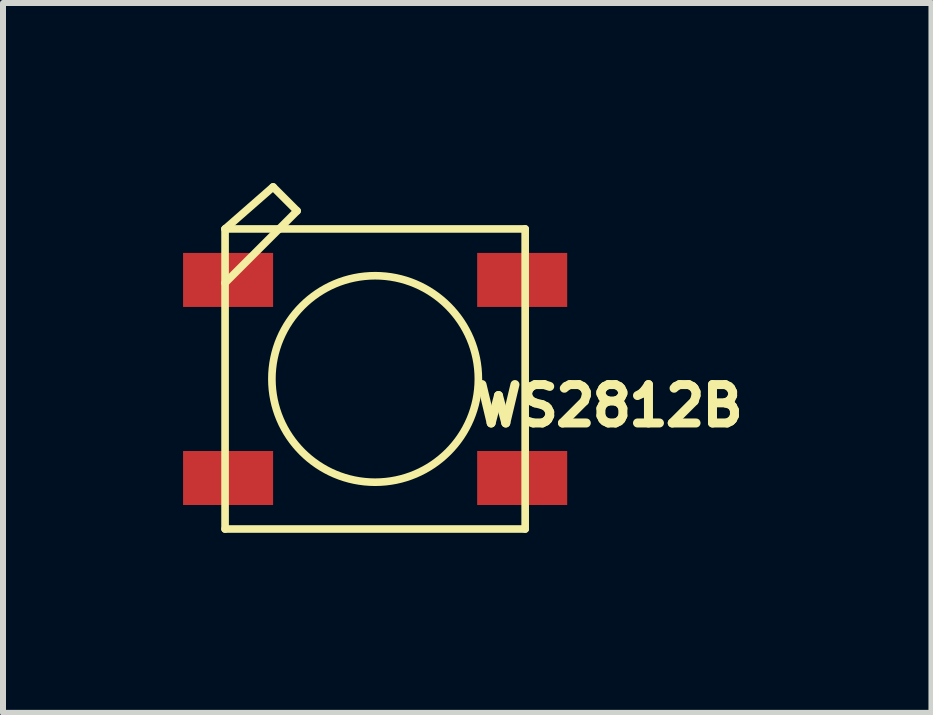
<source format=kicad_pcb>
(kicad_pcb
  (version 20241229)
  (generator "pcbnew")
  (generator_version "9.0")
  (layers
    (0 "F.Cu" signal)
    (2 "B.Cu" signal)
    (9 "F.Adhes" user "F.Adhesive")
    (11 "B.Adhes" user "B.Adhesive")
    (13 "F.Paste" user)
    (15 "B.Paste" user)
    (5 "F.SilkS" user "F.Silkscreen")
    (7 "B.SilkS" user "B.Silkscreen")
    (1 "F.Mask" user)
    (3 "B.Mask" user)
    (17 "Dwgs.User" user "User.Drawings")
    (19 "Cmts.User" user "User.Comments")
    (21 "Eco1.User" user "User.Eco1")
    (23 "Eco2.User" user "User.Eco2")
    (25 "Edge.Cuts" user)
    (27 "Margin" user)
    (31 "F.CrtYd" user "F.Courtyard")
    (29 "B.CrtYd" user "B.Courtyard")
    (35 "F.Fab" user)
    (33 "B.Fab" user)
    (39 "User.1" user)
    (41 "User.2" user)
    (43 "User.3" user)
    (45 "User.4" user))
  (footprint "WS2812B"
    (layer "F.Cu")
    (at 3.2 3.264)
    (property "Reference" "WS2812B" (at 3.899 0.445 180) (layer "F.SilkS") (effects (font (size 0.64 0.64) (thickness 0.15))))
    (attr smd)
    (fp_line (start -2.5 -2.5) (end -1.6 -2.5) (stroke (width 0.127) (type solid)) (layer "F.SilkS"))
    (fp_line (start -2.5 -1.6) (end -2.5 -2.5) (stroke (width 0.127) (type solid)) (layer "F.SilkS"))
    (fp_line (start -2.5 -1.6) (end -1.6 -2.5) (stroke (width 0.127) (type solid)) (layer "F.SilkS"))
    (fp_line (start -2.5 2.5) (end -2.5 -1.6) (stroke (width 0.127) (type solid)) (layer "F.SilkS"))
    (fp_line (start -1.7 -3.2) (end -2.5 -2.5) (stroke (width 0.127) (type solid)) (layer "F.SilkS"))
    (fp_line (start -1.6 -2.5) (end -1.3 -2.8) (stroke (width 0.127) (type solid)) (layer "F.SilkS"))
    (fp_line (start -1.6 -2.5) (end 2.5 -2.5) (stroke (width 0.127) (type solid)) (layer "F.SilkS"))
    (fp_line (start -1.3 -2.8) (end -1.7 -3.2) (stroke (width 0.127) (type solid)) (layer "F.SilkS"))
    (fp_line (start 2.5 -2.5) (end 2.5 2.5) (stroke (width 0.127) (type solid)) (layer "F.SilkS"))
    (fp_line (start 2.5 2.5) (end -2.5 2.5) (stroke (width 0.127) (type solid)) (layer "F.SilkS"))
    (fp_circle (center 0 0) (end 1.72 0) (stroke (width 0.127) (type solid)) (fill no) (layer "F.SilkS"))
    (pad "1-VDD" smd rect (at 2.45 1.65 180) (size 1.5 0.9) (layers "F.Cu" "F.Mask" "F.Paste"))
    (pad "2-DOUT" smd rect (at 2.45 -1.65 180) (size 1.5 0.9) (layers "F.Cu" "F.Mask" "F.Paste"))
    (pad "3-GND" smd rect (at -2.45 -1.65 180) (size 1.5 0.9) (layers "F.Cu" "F.Mask" "F.Paste"))
    (pad "4-DIN" smd rect (at -2.45 1.65 180) (size 1.5 0.9) (layers "F.Cu" "F.Mask" "F.Paste")))
  (gr_rect
    (start -3 -3)
    (end 12.469 8.827)
    (stroke (width 0.1) (type default))
    (fill no)
    (layer "Edge.Cuts")))
</source>
